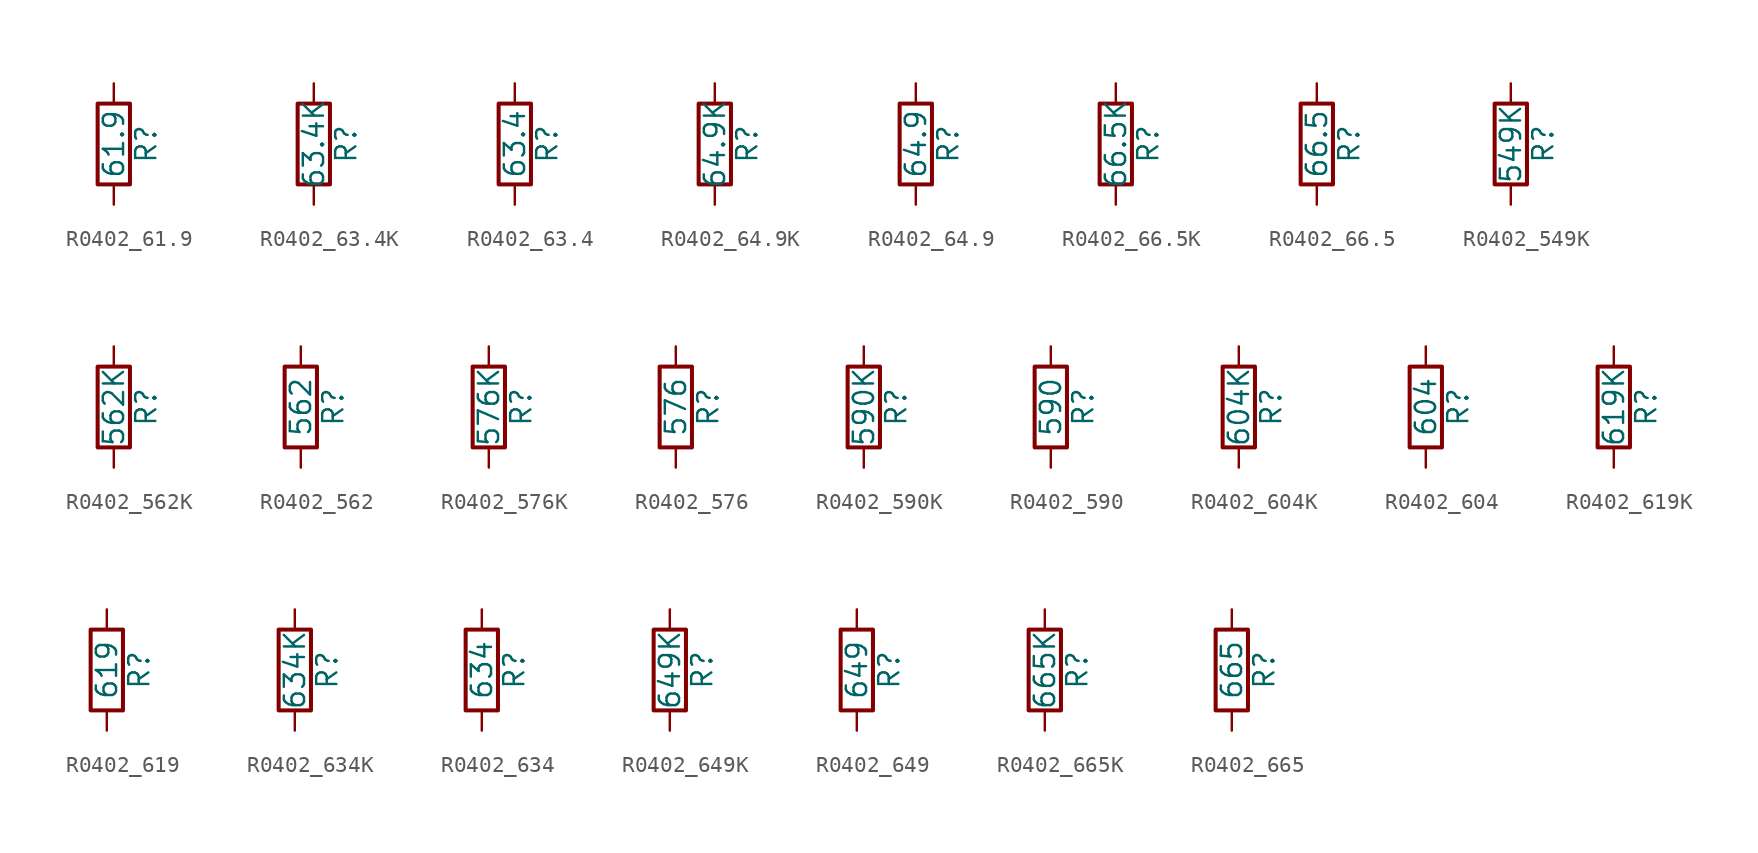
<source format=kicad_sym>
(kicad_symbol_lib
  (version 20211014)
  (generator atlantix-eda)
  (symbol "R0402_61.9"
    (pin_numbers hide)
    (pin_names
      (offset 0))
    (property "Reference" "R"
      (at 2.032 0 90)
      (effects (font (size 1.27 1.27))))
    (property "Value" "61.9"
      (at 0 0 90)
      (effects (font (size 1.27 1.27))))
    (symbol "R0402_61.9_0_1"
      (rectangle (start -1.016 -2.54) (end 1.016 2.54) (stroke (width 0.254) (type default) (color 0 0 0 0)) (fill (type none))))
    (symbol "R0402_61.9_1_1"
      (pin passive line (at 0 3.81 270) (length 1.27) (name "~" (effects (font (size 1.27 1.27)))) (number "1" (effects (font (size 1.27 1.27)))))
      (pin passive line (at 0 -3.81 90) (length 1.27) (name "~" (effects (font (size 1.27 1.27)))) (number "2" (effects (font (size 1.27 1.27)))))))
  (symbol "R0402_63.4K"
    (pin_numbers hide)
    (pin_names
      (offset 0))
    (property "Reference" "R"
      (at 2.032 0 90)
      (effects (font (size 1.27 1.27))))
    (property "Value" "63.4K"
      (at 0 0 90)
      (effects (font (size 1.27 1.27))))
    (symbol "R0402_63.4K_0_1"
      (rectangle (start -1.016 -2.54) (end 1.016 2.54) (stroke (width 0.254) (type default) (color 0 0 0 0)) (fill (type none))))
    (symbol "R0402_63.4K_1_1"
      (pin passive line (at 0 3.81 270) (length 1.27) (name "~" (effects (font (size 1.27 1.27)))) (number "1" (effects (font (size 1.27 1.27)))))
      (pin passive line (at 0 -3.81 90) (length 1.27) (name "~" (effects (font (size 1.27 1.27)))) (number "2" (effects (font (size 1.27 1.27)))))))
  (symbol "R0402_63.4"
    (pin_numbers hide)
    (pin_names
      (offset 0))
    (property "Reference" "R"
      (at 2.032 0 90)
      (effects (font (size 1.27 1.27))))
    (property "Value" "63.4"
      (at 0 0 90)
      (effects (font (size 1.27 1.27))))
    (symbol "R0402_63.4_0_1"
      (rectangle (start -1.016 -2.54) (end 1.016 2.54) (stroke (width 0.254) (type default) (color 0 0 0 0)) (fill (type none))))
    (symbol "R0402_63.4_1_1"
      (pin passive line (at 0 3.81 270) (length 1.27) (name "~" (effects (font (size 1.27 1.27)))) (number "1" (effects (font (size 1.27 1.27)))))
      (pin passive line (at 0 -3.81 90) (length 1.27) (name "~" (effects (font (size 1.27 1.27)))) (number "2" (effects (font (size 1.27 1.27)))))))
  (symbol "R0402_64.9K"
    (pin_numbers hide)
    (pin_names
      (offset 0))
    (property "Reference" "R"
      (at 2.032 0 90)
      (effects (font (size 1.27 1.27))))
    (property "Value" "64.9K"
      (at 0 0 90)
      (effects (font (size 1.27 1.27))))
    (symbol "R0402_64.9K_0_1"
      (rectangle (start -1.016 -2.54) (end 1.016 2.54) (stroke (width 0.254) (type default) (color 0 0 0 0)) (fill (type none))))
    (symbol "R0402_64.9K_1_1"
      (pin passive line (at 0 3.81 270) (length 1.27) (name "~" (effects (font (size 1.27 1.27)))) (number "1" (effects (font (size 1.27 1.27)))))
      (pin passive line (at 0 -3.81 90) (length 1.27) (name "~" (effects (font (size 1.27 1.27)))) (number "2" (effects (font (size 1.27 1.27)))))))
  (symbol "R0402_64.9"
    (pin_numbers hide)
    (pin_names
      (offset 0))
    (property "Reference" "R"
      (at 2.032 0 90)
      (effects (font (size 1.27 1.27))))
    (property "Value" "64.9"
      (at 0 0 90)
      (effects (font (size 1.27 1.27))))
    (symbol "R0402_64.9_0_1"
      (rectangle (start -1.016 -2.54) (end 1.016 2.54) (stroke (width 0.254) (type default) (color 0 0 0 0)) (fill (type none))))
    (symbol "R0402_64.9_1_1"
      (pin passive line (at 0 3.81 270) (length 1.27) (name "~" (effects (font (size 1.27 1.27)))) (number "1" (effects (font (size 1.27 1.27)))))
      (pin passive line (at 0 -3.81 90) (length 1.27) (name "~" (effects (font (size 1.27 1.27)))) (number "2" (effects (font (size 1.27 1.27)))))))
  (symbol "R0402_66.5K"
    (pin_numbers hide)
    (pin_names
      (offset 0))
    (property "Reference" "R"
      (at 2.032 0 90)
      (effects (font (size 1.27 1.27))))
    (property "Value" "66.5K"
      (at 0 0 90)
      (effects (font (size 1.27 1.27))))
    (symbol "R0402_66.5K_0_1"
      (rectangle (start -1.016 -2.54) (end 1.016 2.54) (stroke (width 0.254) (type default) (color 0 0 0 0)) (fill (type none))))
    (symbol "R0402_66.5K_1_1"
      (pin passive line (at 0 3.81 270) (length 1.27) (name "~" (effects (font (size 1.27 1.27)))) (number "1" (effects (font (size 1.27 1.27)))))
      (pin passive line (at 0 -3.81 90) (length 1.27) (name "~" (effects (font (size 1.27 1.27)))) (number "2" (effects (font (size 1.27 1.27)))))))
  (symbol "R0402_66.5"
    (pin_numbers hide)
    (pin_names
      (offset 0))
    (property "Reference" "R"
      (at 2.032 0 90)
      (effects (font (size 1.27 1.27))))
    (property "Value" "66.5"
      (at 0 0 90)
      (effects (font (size 1.27 1.27))))
    (symbol "R0402_66.5_0_1"
      (rectangle (start -1.016 -2.54) (end 1.016 2.54) (stroke (width 0.254) (type default) (color 0 0 0 0)) (fill (type none))))
    (symbol "R0402_66.5_1_1"
      (pin passive line (at 0 3.81 270) (length 1.27) (name "~" (effects (font (size 1.27 1.27)))) (number "1" (effects (font (size 1.27 1.27)))))
      (pin passive line (at 0 -3.81 90) (length 1.27) (name "~" (effects (font (size 1.27 1.27)))) (number "2" (effects (font (size 1.27 1.27)))))))
  (symbol "R0402_549K"
    (pin_numbers hide)
    (pin_names
      (offset 0))
    (property "Reference" "R"
      (at 2.032 0 90)
      (effects (font (size 1.27 1.27))))
    (property "Value" "549K"
      (at 0 0 90)
      (effects (font (size 1.27 1.27))))
    (symbol "R0402_549K_0_1"
      (rectangle (start -1.016 -2.54) (end 1.016 2.54) (stroke (width 0.254) (type default) (color 0 0 0 0)) (fill (type none))))
    (symbol "R0402_549K_1_1"
      (pin passive line (at 0 3.81 270) (length 1.27) (name "~" (effects (font (size 1.27 1.27)))) (number "1" (effects (font (size 1.27 1.27)))))
      (pin passive line (at 0 -3.81 90) (length 1.27) (name "~" (effects (font (size 1.27 1.27)))) (number "2" (effects (font (size 1.27 1.27)))))))
  (symbol "R0402_562K"
    (pin_numbers hide)
    (pin_names
      (offset 0))
    (property "Reference" "R"
      (at 2.032 0 90)
      (effects (font (size 1.27 1.27))))
    (property "Value" "562K"
      (at 0 0 90)
      (effects (font (size 1.27 1.27))))
    (symbol "R0402_562K_0_1"
      (rectangle (start -1.016 -2.54) (end 1.016 2.54) (stroke (width 0.254) (type default) (color 0 0 0 0)) (fill (type none))))
    (symbol "R0402_562K_1_1"
      (pin passive line (at 0 3.81 270) (length 1.27) (name "~" (effects (font (size 1.27 1.27)))) (number "1" (effects (font (size 1.27 1.27)))))
      (pin passive line (at 0 -3.81 90) (length 1.27) (name "~" (effects (font (size 1.27 1.27)))) (number "2" (effects (font (size 1.27 1.27)))))))
  (symbol "R0402_562"
    (pin_numbers hide)
    (pin_names
      (offset 0))
    (property "Reference" "R"
      (at 2.032 0 90)
      (effects (font (size 1.27 1.27))))
    (property "Value" "562"
      (at 0 0 90)
      (effects (font (size 1.27 1.27))))
    (symbol "R0402_562_0_1"
      (rectangle (start -1.016 -2.54) (end 1.016 2.54) (stroke (width 0.254) (type default) (color 0 0 0 0)) (fill (type none))))
    (symbol "R0402_562_1_1"
      (pin passive line (at 0 3.81 270) (length 1.27) (name "~" (effects (font (size 1.27 1.27)))) (number "1" (effects (font (size 1.27 1.27)))))
      (pin passive line (at 0 -3.81 90) (length 1.27) (name "~" (effects (font (size 1.27 1.27)))) (number "2" (effects (font (size 1.27 1.27)))))))
  (symbol "R0402_576K"
    (pin_numbers hide)
    (pin_names
      (offset 0))
    (property "Reference" "R"
      (at 2.032 0 90)
      (effects (font (size 1.27 1.27))))
    (property "Value" "576K"
      (at 0 0 90)
      (effects (font (size 1.27 1.27))))
    (symbol "R0402_576K_0_1"
      (rectangle (start -1.016 -2.54) (end 1.016 2.54) (stroke (width 0.254) (type default) (color 0 0 0 0)) (fill (type none))))
    (symbol "R0402_576K_1_1"
      (pin passive line (at 0 3.81 270) (length 1.27) (name "~" (effects (font (size 1.27 1.27)))) (number "1" (effects (font (size 1.27 1.27)))))
      (pin passive line (at 0 -3.81 90) (length 1.27) (name "~" (effects (font (size 1.27 1.27)))) (number "2" (effects (font (size 1.27 1.27)))))))
  (symbol "R0402_576"
    (pin_numbers hide)
    (pin_names
      (offset 0))
    (property "Reference" "R"
      (at 2.032 0 90)
      (effects (font (size 1.27 1.27))))
    (property "Value" "576"
      (at 0 0 90)
      (effects (font (size 1.27 1.27))))
    (symbol "R0402_576_0_1"
      (rectangle (start -1.016 -2.54) (end 1.016 2.54) (stroke (width 0.254) (type default) (color 0 0 0 0)) (fill (type none))))
    (symbol "R0402_576_1_1"
      (pin passive line (at 0 3.81 270) (length 1.27) (name "~" (effects (font (size 1.27 1.27)))) (number "1" (effects (font (size 1.27 1.27)))))
      (pin passive line (at 0 -3.81 90) (length 1.27) (name "~" (effects (font (size 1.27 1.27)))) (number "2" (effects (font (size 1.27 1.27)))))))
  (symbol "R0402_590K"
    (pin_numbers hide)
    (pin_names
      (offset 0))
    (property "Reference" "R"
      (at 2.032 0 90)
      (effects (font (size 1.27 1.27))))
    (property "Value" "590K"
      (at 0 0 90)
      (effects (font (size 1.27 1.27))))
    (symbol "R0402_590K_0_1"
      (rectangle (start -1.016 -2.54) (end 1.016 2.54) (stroke (width 0.254) (type default) (color 0 0 0 0)) (fill (type none))))
    (symbol "R0402_590K_1_1"
      (pin passive line (at 0 3.81 270) (length 1.27) (name "~" (effects (font (size 1.27 1.27)))) (number "1" (effects (font (size 1.27 1.27)))))
      (pin passive line (at 0 -3.81 90) (length 1.27) (name "~" (effects (font (size 1.27 1.27)))) (number "2" (effects (font (size 1.27 1.27)))))))
  (symbol "R0402_590"
    (pin_numbers hide)
    (pin_names
      (offset 0))
    (property "Reference" "R"
      (at 2.032 0 90)
      (effects (font (size 1.27 1.27))))
    (property "Value" "590"
      (at 0 0 90)
      (effects (font (size 1.27 1.27))))
    (symbol "R0402_590_0_1"
      (rectangle (start -1.016 -2.54) (end 1.016 2.54) (stroke (width 0.254) (type default) (color 0 0 0 0)) (fill (type none))))
    (symbol "R0402_590_1_1"
      (pin passive line (at 0 3.81 270) (length 1.27) (name "~" (effects (font (size 1.27 1.27)))) (number "1" (effects (font (size 1.27 1.27)))))
      (pin passive line (at 0 -3.81 90) (length 1.27) (name "~" (effects (font (size 1.27 1.27)))) (number "2" (effects (font (size 1.27 1.27)))))))
  (symbol "R0402_604K"
    (pin_numbers hide)
    (pin_names
      (offset 0))
    (property "Reference" "R"
      (at 2.032 0 90)
      (effects (font (size 1.27 1.27))))
    (property "Value" "604K"
      (at 0 0 90)
      (effects (font (size 1.27 1.27))))
    (symbol "R0402_604K_0_1"
      (rectangle (start -1.016 -2.54) (end 1.016 2.54) (stroke (width 0.254) (type default) (color 0 0 0 0)) (fill (type none))))
    (symbol "R0402_604K_1_1"
      (pin passive line (at 0 3.81 270) (length 1.27) (name "~" (effects (font (size 1.27 1.27)))) (number "1" (effects (font (size 1.27 1.27)))))
      (pin passive line (at 0 -3.81 90) (length 1.27) (name "~" (effects (font (size 1.27 1.27)))) (number "2" (effects (font (size 1.27 1.27)))))))
  (symbol "R0402_604"
    (pin_numbers hide)
    (pin_names
      (offset 0))
    (property "Reference" "R"
      (at 2.032 0 90)
      (effects (font (size 1.27 1.27))))
    (property "Value" "604"
      (at 0 0 90)
      (effects (font (size 1.27 1.27))))
    (symbol "R0402_604_0_1"
      (rectangle (start -1.016 -2.54) (end 1.016 2.54) (stroke (width 0.254) (type default) (color 0 0 0 0)) (fill (type none))))
    (symbol "R0402_604_1_1"
      (pin passive line (at 0 3.81 270) (length 1.27) (name "~" (effects (font (size 1.27 1.27)))) (number "1" (effects (font (size 1.27 1.27)))))
      (pin passive line (at 0 -3.81 90) (length 1.27) (name "~" (effects (font (size 1.27 1.27)))) (number "2" (effects (font (size 1.27 1.27)))))))
  (symbol "R0402_619K"
    (pin_numbers hide)
    (pin_names
      (offset 0))
    (property "Reference" "R"
      (at 2.032 0 90)
      (effects (font (size 1.27 1.27))))
    (property "Value" "619K"
      (at 0 0 90)
      (effects (font (size 1.27 1.27))))
    (symbol "R0402_619K_0_1"
      (rectangle (start -1.016 -2.54) (end 1.016 2.54) (stroke (width 0.254) (type default) (color 0 0 0 0)) (fill (type none))))
    (symbol "R0402_619K_1_1"
      (pin passive line (at 0 3.81 270) (length 1.27) (name "~" (effects (font (size 1.27 1.27)))) (number "1" (effects (font (size 1.27 1.27)))))
      (pin passive line (at 0 -3.81 90) (length 1.27) (name "~" (effects (font (size 1.27 1.27)))) (number "2" (effects (font (size 1.27 1.27)))))))
  (symbol "R0402_619"
    (pin_numbers hide)
    (pin_names
      (offset 0))
    (property "Reference" "R"
      (at 2.032 0 90)
      (effects (font (size 1.27 1.27))))
    (property "Value" "619"
      (at 0 0 90)
      (effects (font (size 1.27 1.27))))
    (symbol "R0402_619_0_1"
      (rectangle (start -1.016 -2.54) (end 1.016 2.54) (stroke (width 0.254) (type default) (color 0 0 0 0)) (fill (type none))))
    (symbol "R0402_619_1_1"
      (pin passive line (at 0 3.81 270) (length 1.27) (name "~" (effects (font (size 1.27 1.27)))) (number "1" (effects (font (size 1.27 1.27)))))
      (pin passive line (at 0 -3.81 90) (length 1.27) (name "~" (effects (font (size 1.27 1.27)))) (number "2" (effects (font (size 1.27 1.27)))))))
  (symbol "R0402_634K"
    (pin_numbers hide)
    (pin_names
      (offset 0))
    (property "Reference" "R"
      (at 2.032 0 90)
      (effects (font (size 1.27 1.27))))
    (property "Value" "634K"
      (at 0 0 90)
      (effects (font (size 1.27 1.27))))
    (symbol "R0402_634K_0_1"
      (rectangle (start -1.016 -2.54) (end 1.016 2.54) (stroke (width 0.254) (type default) (color 0 0 0 0)) (fill (type none))))
    (symbol "R0402_634K_1_1"
      (pin passive line (at 0 3.81 270) (length 1.27) (name "~" (effects (font (size 1.27 1.27)))) (number "1" (effects (font (size 1.27 1.27)))))
      (pin passive line (at 0 -3.81 90) (length 1.27) (name "~" (effects (font (size 1.27 1.27)))) (number "2" (effects (font (size 1.27 1.27)))))))
  (symbol "R0402_634"
    (pin_numbers hide)
    (pin_names
      (offset 0))
    (property "Reference" "R"
      (at 2.032 0 90)
      (effects (font (size 1.27 1.27))))
    (property "Value" "634"
      (at 0 0 90)
      (effects (font (size 1.27 1.27))))
    (symbol "R0402_634_0_1"
      (rectangle (start -1.016 -2.54) (end 1.016 2.54) (stroke (width 0.254) (type default) (color 0 0 0 0)) (fill (type none))))
    (symbol "R0402_634_1_1"
      (pin passive line (at 0 3.81 270) (length 1.27) (name "~" (effects (font (size 1.27 1.27)))) (number "1" (effects (font (size 1.27 1.27)))))
      (pin passive line (at 0 -3.81 90) (length 1.27) (name "~" (effects (font (size 1.27 1.27)))) (number "2" (effects (font (size 1.27 1.27)))))))
  (symbol "R0402_649K"
    (pin_numbers hide)
    (pin_names
      (offset 0))
    (property "Reference" "R"
      (at 2.032 0 90)
      (effects (font (size 1.27 1.27))))
    (property "Value" "649K"
      (at 0 0 90)
      (effects (font (size 1.27 1.27))))
    (symbol "R0402_649K_0_1"
      (rectangle (start -1.016 -2.54) (end 1.016 2.54) (stroke (width 0.254) (type default) (color 0 0 0 0)) (fill (type none))))
    (symbol "R0402_649K_1_1"
      (pin passive line (at 0 3.81 270) (length 1.27) (name "~" (effects (font (size 1.27 1.27)))) (number "1" (effects (font (size 1.27 1.27)))))
      (pin passive line (at 0 -3.81 90) (length 1.27) (name "~" (effects (font (size 1.27 1.27)))) (number "2" (effects (font (size 1.27 1.27)))))))
  (symbol "R0402_649"
    (pin_numbers hide)
    (pin_names
      (offset 0))
    (property "Reference" "R"
      (at 2.032 0 90)
      (effects (font (size 1.27 1.27))))
    (property "Value" "649"
      (at 0 0 90)
      (effects (font (size 1.27 1.27))))
    (symbol "R0402_649_0_1"
      (rectangle (start -1.016 -2.54) (end 1.016 2.54) (stroke (width 0.254) (type default) (color 0 0 0 0)) (fill (type none))))
    (symbol "R0402_649_1_1"
      (pin passive line (at 0 3.81 270) (length 1.27) (name "~" (effects (font (size 1.27 1.27)))) (number "1" (effects (font (size 1.27 1.27)))))
      (pin passive line (at 0 -3.81 90) (length 1.27) (name "~" (effects (font (size 1.27 1.27)))) (number "2" (effects (font (size 1.27 1.27)))))))
  (symbol "R0402_665K"
    (pin_numbers hide)
    (pin_names
      (offset 0))
    (property "Reference" "R"
      (at 2.032 0 90)
      (effects (font (size 1.27 1.27))))
    (property "Value" "665K"
      (at 0 0 90)
      (effects (font (size 1.27 1.27))))
    (symbol "R0402_665K_0_1"
      (rectangle (start -1.016 -2.54) (end 1.016 2.54) (stroke (width 0.254) (type default) (color 0 0 0 0)) (fill (type none))))
    (symbol "R0402_665K_1_1"
      (pin passive line (at 0 3.81 270) (length 1.27) (name "~" (effects (font (size 1.27 1.27)))) (number "1" (effects (font (size 1.27 1.27)))))
      (pin passive line (at 0 -3.81 90) (length 1.27) (name "~" (effects (font (size 1.27 1.27)))) (number "2" (effects (font (size 1.27 1.27)))))))
  (symbol "R0402_665"
    (pin_numbers hide)
    (pin_names
      (offset 0))
    (property "Reference" "R"
      (at 2.032 0 90)
      (effects (font (size 1.27 1.27))))
    (property "Value" "665"
      (at 0 0 90)
      (effects (font (size 1.27 1.27))))
    (symbol "R0402_665_0_1"
      (rectangle (start -1.016 -2.54) (end 1.016 2.54) (stroke (width 0.254) (type default) (color 0 0 0 0)) (fill (type none))))
    (symbol "R0402_665_1_1"
      (pin passive line (at 0 3.81 270) (length 1.27) (name "~" (effects (font (size 1.27 1.27)))) (number "1" (effects (font (size 1.27 1.27)))))
      (pin passive line (at 0 -3.81 90) (length 1.27) (name "~" (effects (font (size 1.27 1.27)))) (number "2" (effects (font (size 1.27 1.27))))))))
</source>
